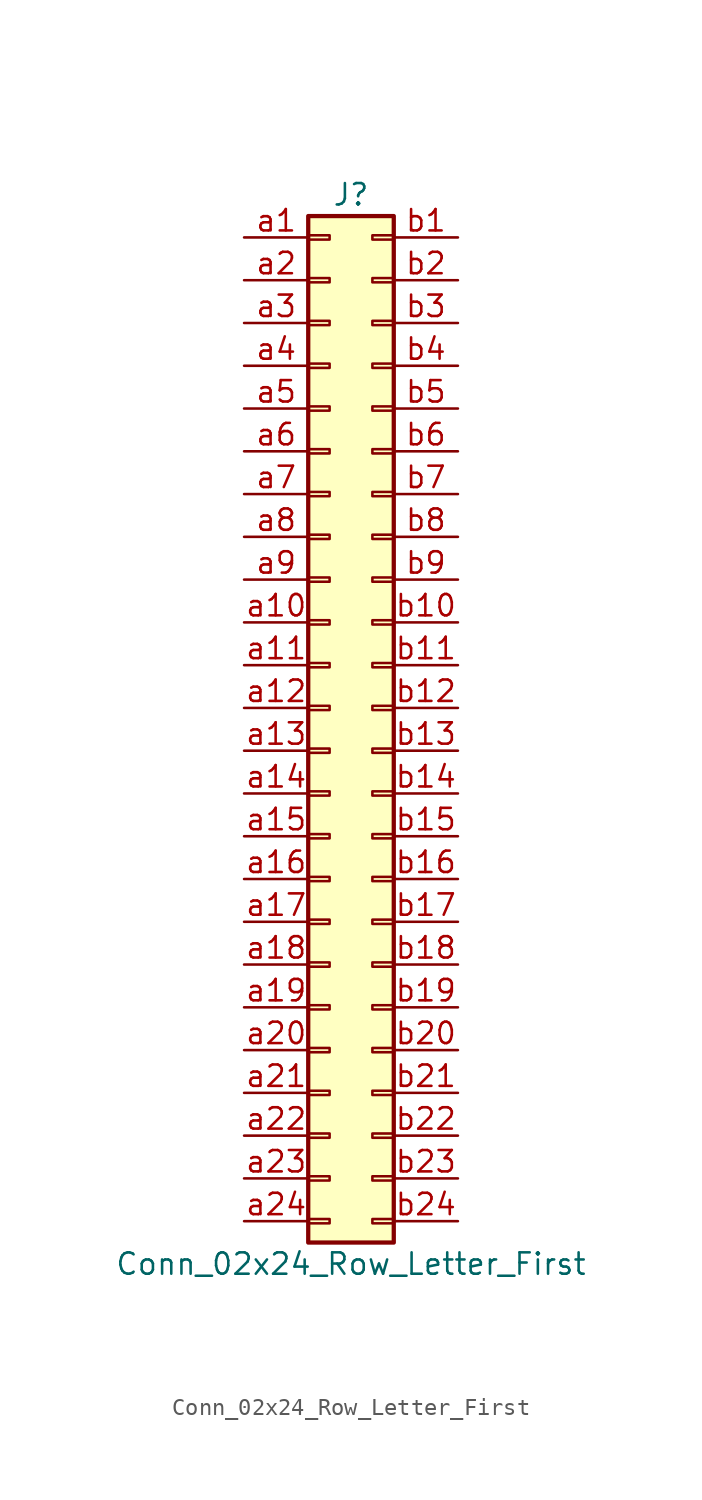
<source format=kicad_sym>
(kicad_symbol_lib
  (version 20220914)
  (generator kicad_symbol_editor)
  (symbol "Conn_02x24_Row_Letter_First"
    (pin_names
      (offset 1.016) hide)
    (property "Reference" "J"
      (at 1.27 30.48 0)
      (effects (font (size 1.27 1.27))))
    (property "Value" "Conn_02x24_Row_Letter_First"
      (at 1.27 -33.02 0)
      (effects (font (size 1.27 1.27))))
    (symbol "Conn_02x24_Row_Letter_First_1_1"
      (rectangle (start -1.27 -30.353) (end 0 -30.607) (stroke (width 0.152) (type solid)) (fill (type none)))
      (rectangle (start -1.27 -27.813) (end 0 -28.067) (stroke (width 0.152) (type solid)) (fill (type none)))
      (rectangle (start -1.27 -25.273) (end 0 -25.527) (stroke (width 0.152) (type solid)) (fill (type none)))
      (rectangle (start -1.27 -22.733) (end 0 -22.987) (stroke (width 0.152) (type solid)) (fill (type none)))
      (rectangle (start -1.27 -20.193) (end 0 -20.447) (stroke (width 0.152) (type solid)) (fill (type none)))
      (rectangle (start -1.27 -17.653) (end 0 -17.907) (stroke (width 0.152) (type solid)) (fill (type none)))
      (rectangle (start -1.27 -15.113) (end 0 -15.367) (stroke (width 0.152) (type solid)) (fill (type none)))
      (rectangle (start -1.27 -12.573) (end 0 -12.827) (stroke (width 0.152) (type solid)) (fill (type none)))
      (rectangle (start -1.27 -10.033) (end 0 -10.287) (stroke (width 0.152) (type solid)) (fill (type none)))
      (rectangle (start -1.27 -7.493) (end 0 -7.747) (stroke (width 0.152) (type solid)) (fill (type none)))
      (rectangle (start -1.27 -4.953) (end 0 -5.207) (stroke (width 0.152) (type solid)) (fill (type none)))
      (rectangle (start -1.27 -2.413) (end 0 -2.667) (stroke (width 0.152) (type solid)) (fill (type none)))
      (rectangle (start -1.27 0.127) (end 0 -0.127) (stroke (width 0.152) (type solid)) (fill (type none)))
      (rectangle (start -1.27 2.667) (end 0 2.413) (stroke (width 0.152) (type solid)) (fill (type none)))
      (rectangle (start -1.27 5.207) (end 0 4.953) (stroke (width 0.152) (type solid)) (fill (type none)))
      (rectangle (start -1.27 7.747) (end 0 7.493) (stroke (width 0.152) (type solid)) (fill (type none)))
      (rectangle (start -1.27 10.287) (end 0 10.033) (stroke (width 0.152) (type solid)) (fill (type none)))
      (rectangle (start -1.27 12.827) (end 0 12.573) (stroke (width 0.152) (type solid)) (fill (type none)))
      (rectangle (start -1.27 15.367) (end 0 15.113) (stroke (width 0.152) (type solid)) (fill (type none)))
      (rectangle (start -1.27 17.907) (end 0 17.653) (stroke (width 0.152) (type solid)) (fill (type none)))
      (rectangle (start -1.27 20.447) (end 0 20.193) (stroke (width 0.152) (type solid)) (fill (type none)))
      (rectangle (start -1.27 22.987) (end 0 22.733) (stroke (width 0.152) (type solid)) (fill (type none)))
      (rectangle (start -1.27 25.527) (end 0 25.273) (stroke (width 0.152) (type solid)) (fill (type none)))
      (rectangle (start -1.27 28.067) (end 0 27.813) (stroke (width 0.152) (type solid)) (fill (type none)))
      (rectangle (start -1.27 29.21) (end 3.81 -31.75) (stroke (width 0.254) (type solid)) (fill (type background)))
      (rectangle (start 3.81 -30.353) (end 2.54 -30.607) (stroke (width 0.152) (type solid)) (fill (type none)))
      (rectangle (start 3.81 -27.813) (end 2.54 -28.067) (stroke (width 0.152) (type solid)) (fill (type none)))
      (rectangle (start 3.81 -25.273) (end 2.54 -25.527) (stroke (width 0.152) (type solid)) (fill (type none)))
      (rectangle (start 3.81 -22.733) (end 2.54 -22.987) (stroke (width 0.152) (type solid)) (fill (type none)))
      (rectangle (start 3.81 -20.193) (end 2.54 -20.447) (stroke (width 0.152) (type solid)) (fill (type none)))
      (rectangle (start 3.81 -17.653) (end 2.54 -17.907) (stroke (width 0.152) (type solid)) (fill (type none)))
      (rectangle (start 3.81 -15.113) (end 2.54 -15.367) (stroke (width 0.152) (type solid)) (fill (type none)))
      (rectangle (start 3.81 -12.573) (end 2.54 -12.827) (stroke (width 0.152) (type solid)) (fill (type none)))
      (rectangle (start 3.81 -10.033) (end 2.54 -10.287) (stroke (width 0.152) (type solid)) (fill (type none)))
      (rectangle (start 3.81 -7.493) (end 2.54 -7.747) (stroke (width 0.152) (type solid)) (fill (type none)))
      (rectangle (start 3.81 -4.953) (end 2.54 -5.207) (stroke (width 0.152) (type solid)) (fill (type none)))
      (rectangle (start 3.81 -2.413) (end 2.54 -2.667) (stroke (width 0.152) (type solid)) (fill (type none)))
      (rectangle (start 3.81 0.127) (end 2.54 -0.127) (stroke (width 0.152) (type solid)) (fill (type none)))
      (rectangle (start 3.81 2.667) (end 2.54 2.413) (stroke (width 0.152) (type solid)) (fill (type none)))
      (rectangle (start 3.81 5.207) (end 2.54 4.953) (stroke (width 0.152) (type solid)) (fill (type none)))
      (rectangle (start 3.81 7.747) (end 2.54 7.493) (stroke (width 0.152) (type solid)) (fill (type none)))
      (rectangle (start 3.81 10.287) (end 2.54 10.033) (stroke (width 0.152) (type solid)) (fill (type none)))
      (rectangle (start 3.81 12.827) (end 2.54 12.573) (stroke (width 0.152) (type solid)) (fill (type none)))
      (rectangle (start 3.81 15.367) (end 2.54 15.113) (stroke (width 0.152) (type solid)) (fill (type none)))
      (rectangle (start 3.81 17.907) (end 2.54 17.653) (stroke (width 0.152) (type solid)) (fill (type none)))
      (rectangle (start 3.81 20.447) (end 2.54 20.193) (stroke (width 0.152) (type solid)) (fill (type none)))
      (rectangle (start 3.81 22.987) (end 2.54 22.733) (stroke (width 0.152) (type solid)) (fill (type none)))
      (rectangle (start 3.81 25.527) (end 2.54 25.273) (stroke (width 0.152) (type solid)) (fill (type none)))
      (rectangle (start 3.81 28.067) (end 2.54 27.813) (stroke (width 0.152) (type solid)) (fill (type none)))
      (pin passive line (at -5.08 27.94 0) (length 3.81) (name "Pin_a1" (effects (font (size 1.27 1.27)))) (number "a1" (effects (font (size 1.27 1.27)))))
      (pin passive line (at -5.08 5.08 0) (length 3.81) (name "Pin_a10" (effects (font (size 1.27 1.27)))) (number "a10" (effects (font (size 1.27 1.27)))))
      (pin passive line (at -5.08 2.54 0) (length 3.81) (name "Pin_a11" (effects (font (size 1.27 1.27)))) (number "a11" (effects (font (size 1.27 1.27)))))
      (pin passive line (at -5.08 0 0) (length 3.81) (name "Pin_a12" (effects (font (size 1.27 1.27)))) (number "a12" (effects (font (size 1.27 1.27)))))
      (pin passive line (at -5.08 -2.54 0) (length 3.81) (name "Pin_a13" (effects (font (size 1.27 1.27)))) (number "a13" (effects (font (size 1.27 1.27)))))
      (pin passive line (at -5.08 -5.08 0) (length 3.81) (name "Pin_a14" (effects (font (size 1.27 1.27)))) (number "a14" (effects (font (size 1.27 1.27)))))
      (pin passive line (at -5.08 -7.62 0) (length 3.81) (name "Pin_a15" (effects (font (size 1.27 1.27)))) (number "a15" (effects (font (size 1.27 1.27)))))
      (pin passive line (at -5.08 -10.16 0) (length 3.81) (name "Pin_a16" (effects (font (size 1.27 1.27)))) (number "a16" (effects (font (size 1.27 1.27)))))
      (pin passive line (at -5.08 -12.7 0) (length 3.81) (name "Pin_a17" (effects (font (size 1.27 1.27)))) (number "a17" (effects (font (size 1.27 1.27)))))
      (pin passive line (at -5.08 -15.24 0) (length 3.81) (name "Pin_a18" (effects (font (size 1.27 1.27)))) (number "a18" (effects (font (size 1.27 1.27)))))
      (pin passive line (at -5.08 -17.78 0) (length 3.81) (name "Pin_a19" (effects (font (size 1.27 1.27)))) (number "a19" (effects (font (size 1.27 1.27)))))
      (pin passive line (at -5.08 25.4 0) (length 3.81) (name "Pin_a2" (effects (font (size 1.27 1.27)))) (number "a2" (effects (font (size 1.27 1.27)))))
      (pin passive line (at -5.08 -20.32 0) (length 3.81) (name "Pin_a20" (effects (font (size 1.27 1.27)))) (number "a20" (effects (font (size 1.27 1.27)))))
      (pin passive line (at -5.08 -22.86 0) (length 3.81) (name "Pin_a21" (effects (font (size 1.27 1.27)))) (number "a21" (effects (font (size 1.27 1.27)))))
      (pin passive line (at -5.08 -25.4 0) (length 3.81) (name "Pin_a22" (effects (font (size 1.27 1.27)))) (number "a22" (effects (font (size 1.27 1.27)))))
      (pin passive line (at -5.08 -27.94 0) (length 3.81) (name "Pin_a23" (effects (font (size 1.27 1.27)))) (number "a23" (effects (font (size 1.27 1.27)))))
      (pin passive line (at -5.08 -30.48 0) (length 3.81) (name "Pin_a24" (effects (font (size 1.27 1.27)))) (number "a24" (effects (font (size 1.27 1.27)))))
      (pin passive line (at -5.08 22.86 0) (length 3.81) (name "Pin_a3" (effects (font (size 1.27 1.27)))) (number "a3" (effects (font (size 1.27 1.27)))))
      (pin passive line (at -5.08 20.32 0) (length 3.81) (name "Pin_a4" (effects (font (size 1.27 1.27)))) (number "a4" (effects (font (size 1.27 1.27)))))
      (pin passive line (at -5.08 17.78 0) (length 3.81) (name "Pin_a5" (effects (font (size 1.27 1.27)))) (number "a5" (effects (font (size 1.27 1.27)))))
      (pin passive line (at -5.08 15.24 0) (length 3.81) (name "Pin_a6" (effects (font (size 1.27 1.27)))) (number "a6" (effects (font (size 1.27 1.27)))))
      (pin passive line (at -5.08 12.7 0) (length 3.81) (name "Pin_a7" (effects (font (size 1.27 1.27)))) (number "a7" (effects (font (size 1.27 1.27)))))
      (pin passive line (at -5.08 10.16 0) (length 3.81) (name "Pin_a8" (effects (font (size 1.27 1.27)))) (number "a8" (effects (font (size 1.27 1.27)))))
      (pin passive line (at -5.08 7.62 0) (length 3.81) (name "Pin_a9" (effects (font (size 1.27 1.27)))) (number "a9" (effects (font (size 1.27 1.27)))))
      (pin passive line (at 7.62 27.94 180) (length 3.81) (name "Pin_b1" (effects (font (size 1.27 1.27)))) (number "b1" (effects (font (size 1.27 1.27)))))
      (pin passive line (at 7.62 5.08 180) (length 3.81) (name "Pin_b10" (effects (font (size 1.27 1.27)))) (number "b10" (effects (font (size 1.27 1.27)))))
      (pin passive line (at 7.62 2.54 180) (length 3.81) (name "Pin_b11" (effects (font (size 1.27 1.27)))) (number "b11" (effects (font (size 1.27 1.27)))))
      (pin passive line (at 7.62 0 180) (length 3.81) (name "Pin_b12" (effects (font (size 1.27 1.27)))) (number "b12" (effects (font (size 1.27 1.27)))))
      (pin passive line (at 7.62 -2.54 180) (length 3.81) (name "Pin_b13" (effects (font (size 1.27 1.27)))) (number "b13" (effects (font (size 1.27 1.27)))))
      (pin passive line (at 7.62 -5.08 180) (length 3.81) (name "Pin_b14" (effects (font (size 1.27 1.27)))) (number "b14" (effects (font (size 1.27 1.27)))))
      (pin passive line (at 7.62 -7.62 180) (length 3.81) (name "Pin_b15" (effects (font (size 1.27 1.27)))) (number "b15" (effects (font (size 1.27 1.27)))))
      (pin passive line (at 7.62 -10.16 180) (length 3.81) (name "Pin_b16" (effects (font (size 1.27 1.27)))) (number "b16" (effects (font (size 1.27 1.27)))))
      (pin passive line (at 7.62 -12.7 180) (length 3.81) (name "Pin_b17" (effects (font (size 1.27 1.27)))) (number "b17" (effects (font (size 1.27 1.27)))))
      (pin passive line (at 7.62 -15.24 180) (length 3.81) (name "Pin_b18" (effects (font (size 1.27 1.27)))) (number "b18" (effects (font (size 1.27 1.27)))))
      (pin passive line (at 7.62 -17.78 180) (length 3.81) (name "Pin_b19" (effects (font (size 1.27 1.27)))) (number "b19" (effects (font (size 1.27 1.27)))))
      (pin passive line (at 7.62 25.4 180) (length 3.81) (name "Pin_b2" (effects (font (size 1.27 1.27)))) (number "b2" (effects (font (size 1.27 1.27)))))
      (pin passive line (at 7.62 -20.32 180) (length 3.81) (name "Pin_b20" (effects (font (size 1.27 1.27)))) (number "b20" (effects (font (size 1.27 1.27)))))
      (pin passive line (at 7.62 -22.86 180) (length 3.81) (name "Pin_b21" (effects (font (size 1.27 1.27)))) (number "b21" (effects (font (size 1.27 1.27)))))
      (pin passive line (at 7.62 -25.4 180) (length 3.81) (name "Pin_b22" (effects (font (size 1.27 1.27)))) (number "b22" (effects (font (size 1.27 1.27)))))
      (pin passive line (at 7.62 -27.94 180) (length 3.81) (name "Pin_b23" (effects (font (size 1.27 1.27)))) (number "b23" (effects (font (size 1.27 1.27)))))
      (pin passive line (at 7.62 -30.48 180) (length 3.81) (name "Pin_b24" (effects (font (size 1.27 1.27)))) (number "b24" (effects (font (size 1.27 1.27)))))
      (pin passive line (at 7.62 22.86 180) (length 3.81) (name "Pin_b3" (effects (font (size 1.27 1.27)))) (number "b3" (effects (font (size 1.27 1.27)))))
      (pin passive line (at 7.62 20.32 180) (length 3.81) (name "Pin_b4" (effects (font (size 1.27 1.27)))) (number "b4" (effects (font (size 1.27 1.27)))))
      (pin passive line (at 7.62 17.78 180) (length 3.81) (name "Pin_b5" (effects (font (size 1.27 1.27)))) (number "b5" (effects (font (size 1.27 1.27)))))
      (pin passive line (at 7.62 15.24 180) (length 3.81) (name "Pin_b6" (effects (font (size 1.27 1.27)))) (number "b6" (effects (font (size 1.27 1.27)))))
      (pin passive line (at 7.62 12.7 180) (length 3.81) (name "Pin_b7" (effects (font (size 1.27 1.27)))) (number "b7" (effects (font (size 1.27 1.27)))))
      (pin passive line (at 7.62 10.16 180) (length 3.81) (name "Pin_b8" (effects (font (size 1.27 1.27)))) (number "b8" (effects (font (size 1.27 1.27)))))
      (pin passive line (at 7.62 7.62 180) (length 3.81) (name "Pin_b9" (effects (font (size 1.27 1.27)))) (number "b9" (effects (font (size 1.27 1.27))))))))
</source>
